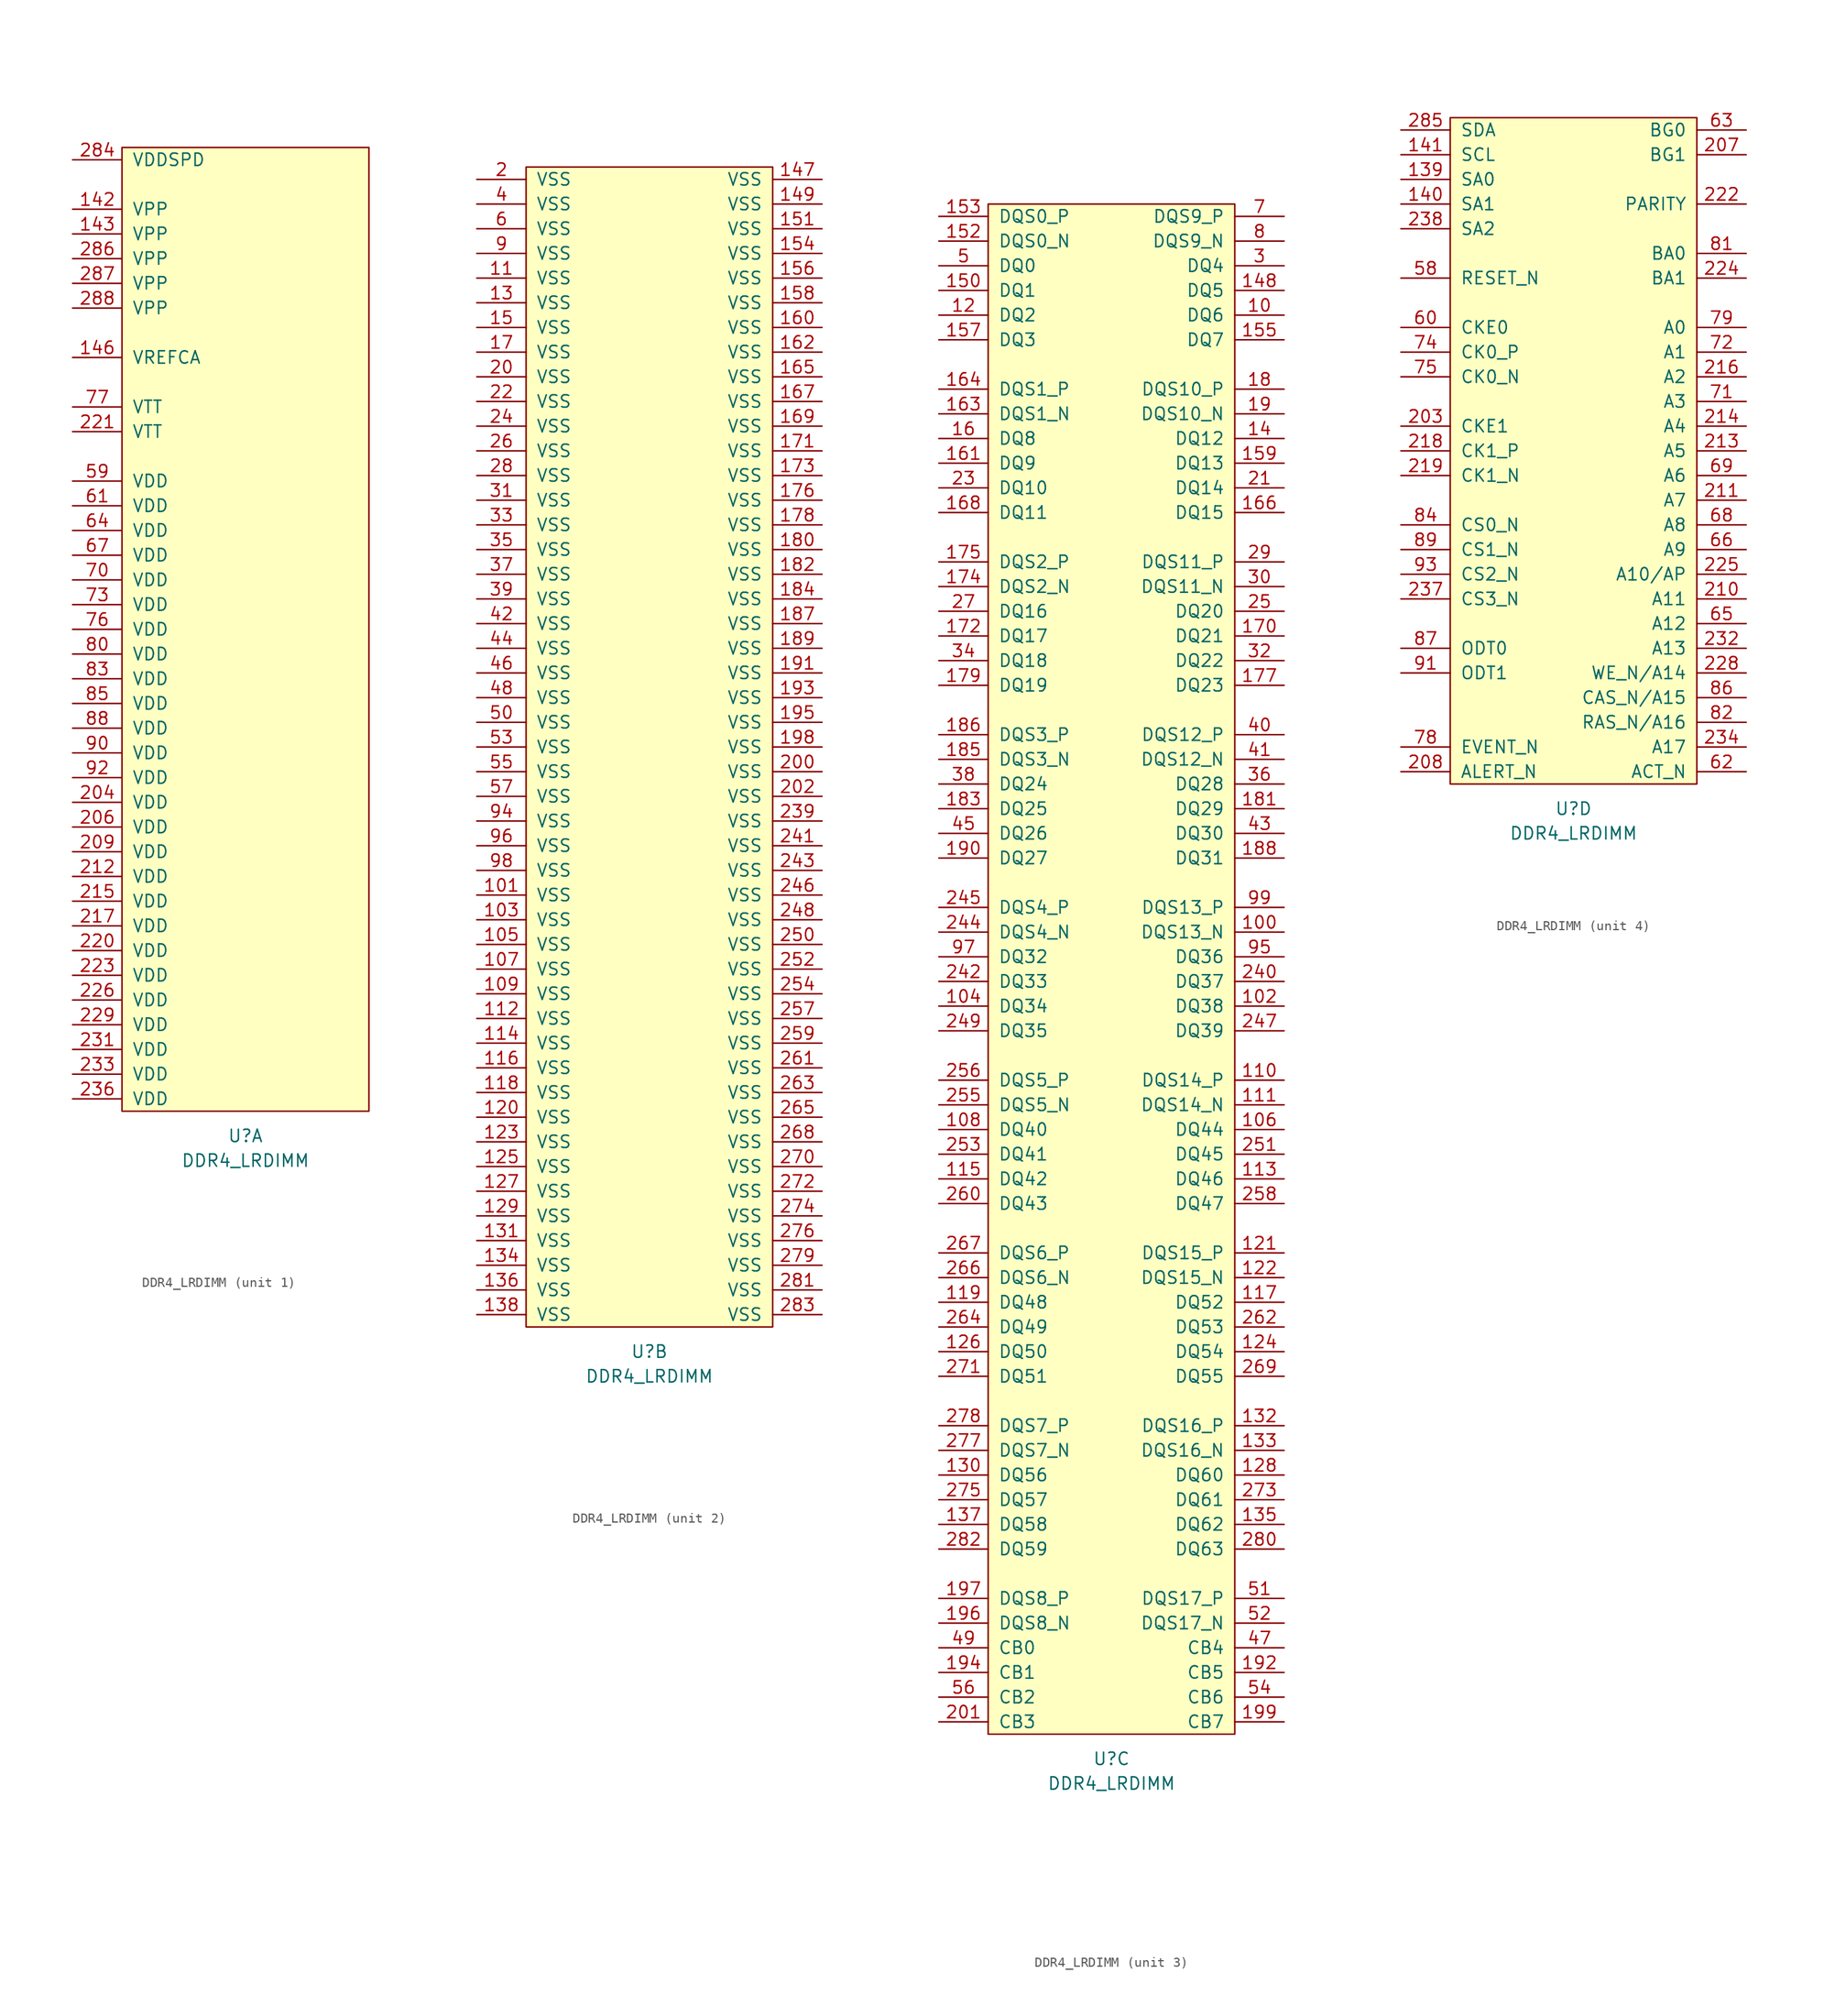
<source format=kicad_sym>
(kicad_symbol_lib
  (version 20211014)
  (generator kicad_symbol_editor)
  (symbol "DDR4_LRDIMM"
    (pin_names
      (offset 1.016))
    (property "Reference" "U"
      (at 12.7 -2.54 0)
      (effects (font (size 1.27 1.27))))
    (property "Value" "DDR4_LRDIMM"
      (at 12.7 -5.08 0)
      (effects (font (size 1.27 1.27))))
    (property "ki_locked" ""
      (at 0 0 0)
      (effects (font (size 1.27 1.27))))
    (symbol "DDR4_LRDIMM_1_1"
      (rectangle (start 0 99.06) (end 25.4 0) (stroke (width 0) (type default) (color 0 0 0 0)) (fill (type background)))
      (pin power_in line (at -5.08 92.71 0) (length 5.08) (name "VPP" (effects (font (size 1.27 1.27)))) (number "142" (effects (font (size 1.27 1.27)))))
      (pin power_in line (at -5.08 90.17 0) (length 5.08) (name "VPP" (effects (font (size 1.27 1.27)))) (number "143" (effects (font (size 1.27 1.27)))))
      (pin power_in line (at -5.08 77.47 0) (length 5.08) (name "VREFCA" (effects (font (size 1.27 1.27)))) (number "146" (effects (font (size 1.27 1.27)))))
      (pin power_in line (at -5.08 31.75 0) (length 5.08) (name "VDD" (effects (font (size 1.27 1.27)))) (number "204" (effects (font (size 1.27 1.27)))))
      (pin power_in line (at -5.08 29.21 0) (length 5.08) (name "VDD" (effects (font (size 1.27 1.27)))) (number "206" (effects (font (size 1.27 1.27)))))
      (pin power_in line (at -5.08 26.67 0) (length 5.08) (name "VDD" (effects (font (size 1.27 1.27)))) (number "209" (effects (font (size 1.27 1.27)))))
      (pin power_in line (at -5.08 24.13 0) (length 5.08) (name "VDD" (effects (font (size 1.27 1.27)))) (number "212" (effects (font (size 1.27 1.27)))))
      (pin power_in line (at -5.08 21.59 0) (length 5.08) (name "VDD" (effects (font (size 1.27 1.27)))) (number "215" (effects (font (size 1.27 1.27)))))
      (pin power_in line (at -5.08 19.05 0) (length 5.08) (name "VDD" (effects (font (size 1.27 1.27)))) (number "217" (effects (font (size 1.27 1.27)))))
      (pin power_in line (at -5.08 16.51 0) (length 5.08) (name "VDD" (effects (font (size 1.27 1.27)))) (number "220" (effects (font (size 1.27 1.27)))))
      (pin power_in line (at -5.08 69.85 0) (length 5.08) (name "VTT" (effects (font (size 1.27 1.27)))) (number "221" (effects (font (size 1.27 1.27)))))
      (pin power_in line (at -5.08 13.97 0) (length 5.08) (name "VDD" (effects (font (size 1.27 1.27)))) (number "223" (effects (font (size 1.27 1.27)))))
      (pin power_in line (at -5.08 11.43 0) (length 5.08) (name "VDD" (effects (font (size 1.27 1.27)))) (number "226" (effects (font (size 1.27 1.27)))))
      (pin power_in line (at -5.08 8.89 0) (length 5.08) (name "VDD" (effects (font (size 1.27 1.27)))) (number "229" (effects (font (size 1.27 1.27)))))
      (pin power_in line (at -5.08 6.35 0) (length 5.08) (name "VDD" (effects (font (size 1.27 1.27)))) (number "231" (effects (font (size 1.27 1.27)))))
      (pin power_in line (at -5.08 3.81 0) (length 5.08) (name "VDD" (effects (font (size 1.27 1.27)))) (number "233" (effects (font (size 1.27 1.27)))))
      (pin power_in line (at -5.08 1.27 0) (length 5.08) (name "VDD" (effects (font (size 1.27 1.27)))) (number "236" (effects (font (size 1.27 1.27)))))
      (pin power_in line (at -5.08 97.79 0) (length 5.08) (name "VDDSPD" (effects (font (size 1.27 1.27)))) (number "284" (effects (font (size 1.27 1.27)))))
      (pin power_in line (at -5.08 87.63 0) (length 5.08) (name "VPP" (effects (font (size 1.27 1.27)))) (number "286" (effects (font (size 1.27 1.27)))))
      (pin power_in line (at -5.08 85.09 0) (length 5.08) (name "VPP" (effects (font (size 1.27 1.27)))) (number "287" (effects (font (size 1.27 1.27)))))
      (pin power_in line (at -5.08 82.55 0) (length 5.08) (name "VPP" (effects (font (size 1.27 1.27)))) (number "288" (effects (font (size 1.27 1.27)))))
      (pin power_in line (at -5.08 64.77 0) (length 5.08) (name "VDD" (effects (font (size 1.27 1.27)))) (number "59" (effects (font (size 1.27 1.27)))))
      (pin power_in line (at -5.08 62.23 0) (length 5.08) (name "VDD" (effects (font (size 1.27 1.27)))) (number "61" (effects (font (size 1.27 1.27)))))
      (pin power_in line (at -5.08 59.69 0) (length 5.08) (name "VDD" (effects (font (size 1.27 1.27)))) (number "64" (effects (font (size 1.27 1.27)))))
      (pin power_in line (at -5.08 57.15 0) (length 5.08) (name "VDD" (effects (font (size 1.27 1.27)))) (number "67" (effects (font (size 1.27 1.27)))))
      (pin power_in line (at -5.08 54.61 0) (length 5.08) (name "VDD" (effects (font (size 1.27 1.27)))) (number "70" (effects (font (size 1.27 1.27)))))
      (pin power_in line (at -5.08 52.07 0) (length 5.08) (name "VDD" (effects (font (size 1.27 1.27)))) (number "73" (effects (font (size 1.27 1.27)))))
      (pin power_in line (at -5.08 49.53 0) (length 5.08) (name "VDD" (effects (font (size 1.27 1.27)))) (number "76" (effects (font (size 1.27 1.27)))))
      (pin power_in line (at -5.08 72.39 0) (length 5.08) (name "VTT" (effects (font (size 1.27 1.27)))) (number "77" (effects (font (size 1.27 1.27)))))
      (pin power_in line (at -5.08 46.99 0) (length 5.08) (name "VDD" (effects (font (size 1.27 1.27)))) (number "80" (effects (font (size 1.27 1.27)))))
      (pin power_in line (at -5.08 44.45 0) (length 5.08) (name "VDD" (effects (font (size 1.27 1.27)))) (number "83" (effects (font (size 1.27 1.27)))))
      (pin power_in line (at -5.08 41.91 0) (length 5.08) (name "VDD" (effects (font (size 1.27 1.27)))) (number "85" (effects (font (size 1.27 1.27)))))
      (pin power_in line (at -5.08 39.37 0) (length 5.08) (name "VDD" (effects (font (size 1.27 1.27)))) (number "88" (effects (font (size 1.27 1.27)))))
      (pin power_in line (at -5.08 36.83 0) (length 5.08) (name "VDD" (effects (font (size 1.27 1.27)))) (number "90" (effects (font (size 1.27 1.27)))))
      (pin power_in line (at -5.08 34.29 0) (length 5.08) (name "VDD" (effects (font (size 1.27 1.27)))) (number "92" (effects (font (size 1.27 1.27))))))
    (symbol "DDR4_LRDIMM_2_1"
      (rectangle (start 0 119.38) (end 25.4 0) (stroke (width 0) (type default) (color 0 0 0 0)) (fill (type background)))
      (pin power_in line (at -5.08 44.45 0) (length 5.08) (name "VSS" (effects (font (size 1.27 1.27)))) (number "101" (effects (font (size 1.27 1.27)))))
      (pin power_in line (at -5.08 41.91 0) (length 5.08) (name "VSS" (effects (font (size 1.27 1.27)))) (number "103" (effects (font (size 1.27 1.27)))))
      (pin power_in line (at -5.08 39.37 0) (length 5.08) (name "VSS" (effects (font (size 1.27 1.27)))) (number "105" (effects (font (size 1.27 1.27)))))
      (pin power_in line (at -5.08 36.83 0) (length 5.08) (name "VSS" (effects (font (size 1.27 1.27)))) (number "107" (effects (font (size 1.27 1.27)))))
      (pin power_in line (at -5.08 34.29 0) (length 5.08) (name "VSS" (effects (font (size 1.27 1.27)))) (number "109" (effects (font (size 1.27 1.27)))))
      (pin power_in line (at -5.08 107.95 0) (length 5.08) (name "VSS" (effects (font (size 1.27 1.27)))) (number "11" (effects (font (size 1.27 1.27)))))
      (pin power_in line (at -5.08 31.75 0) (length 5.08) (name "VSS" (effects (font (size 1.27 1.27)))) (number "112" (effects (font (size 1.27 1.27)))))
      (pin power_in line (at -5.08 29.21 0) (length 5.08) (name "VSS" (effects (font (size 1.27 1.27)))) (number "114" (effects (font (size 1.27 1.27)))))
      (pin power_in line (at -5.08 26.67 0) (length 5.08) (name "VSS" (effects (font (size 1.27 1.27)))) (number "116" (effects (font (size 1.27 1.27)))))
      (pin power_in line (at -5.08 24.13 0) (length 5.08) (name "VSS" (effects (font (size 1.27 1.27)))) (number "118" (effects (font (size 1.27 1.27)))))
      (pin power_in line (at -5.08 21.59 0) (length 5.08) (name "VSS" (effects (font (size 1.27 1.27)))) (number "120" (effects (font (size 1.27 1.27)))))
      (pin power_in line (at -5.08 19.05 0) (length 5.08) (name "VSS" (effects (font (size 1.27 1.27)))) (number "123" (effects (font (size 1.27 1.27)))))
      (pin power_in line (at -5.08 16.51 0) (length 5.08) (name "VSS" (effects (font (size 1.27 1.27)))) (number "125" (effects (font (size 1.27 1.27)))))
      (pin power_in line (at -5.08 13.97 0) (length 5.08) (name "VSS" (effects (font (size 1.27 1.27)))) (number "127" (effects (font (size 1.27 1.27)))))
      (pin power_in line (at -5.08 11.43 0) (length 5.08) (name "VSS" (effects (font (size 1.27 1.27)))) (number "129" (effects (font (size 1.27 1.27)))))
      (pin power_in line (at -5.08 105.41 0) (length 5.08) (name "VSS" (effects (font (size 1.27 1.27)))) (number "13" (effects (font (size 1.27 1.27)))))
      (pin power_in line (at -5.08 8.89 0) (length 5.08) (name "VSS" (effects (font (size 1.27 1.27)))) (number "131" (effects (font (size 1.27 1.27)))))
      (pin power_in line (at -5.08 6.35 0) (length 5.08) (name "VSS" (effects (font (size 1.27 1.27)))) (number "134" (effects (font (size 1.27 1.27)))))
      (pin power_in line (at -5.08 3.81 0) (length 5.08) (name "VSS" (effects (font (size 1.27 1.27)))) (number "136" (effects (font (size 1.27 1.27)))))
      (pin power_in line (at -5.08 1.27 0) (length 5.08) (name "VSS" (effects (font (size 1.27 1.27)))) (number "138" (effects (font (size 1.27 1.27)))))
      (pin power_in line (at 30.48 118.11 180) (length 5.08) (name "VSS" (effects (font (size 1.27 1.27)))) (number "147" (effects (font (size 1.27 1.27)))))
      (pin power_in line (at 30.48 115.57 180) (length 5.08) (name "VSS" (effects (font (size 1.27 1.27)))) (number "149" (effects (font (size 1.27 1.27)))))
      (pin power_in line (at -5.08 102.87 0) (length 5.08) (name "VSS" (effects (font (size 1.27 1.27)))) (number "15" (effects (font (size 1.27 1.27)))))
      (pin power_in line (at 30.48 113.03 180) (length 5.08) (name "VSS" (effects (font (size 1.27 1.27)))) (number "151" (effects (font (size 1.27 1.27)))))
      (pin power_in line (at 30.48 110.49 180) (length 5.08) (name "VSS" (effects (font (size 1.27 1.27)))) (number "154" (effects (font (size 1.27 1.27)))))
      (pin power_in line (at 30.48 107.95 180) (length 5.08) (name "VSS" (effects (font (size 1.27 1.27)))) (number "156" (effects (font (size 1.27 1.27)))))
      (pin power_in line (at 30.48 105.41 180) (length 5.08) (name "VSS" (effects (font (size 1.27 1.27)))) (number "158" (effects (font (size 1.27 1.27)))))
      (pin power_in line (at 30.48 102.87 180) (length 5.08) (name "VSS" (effects (font (size 1.27 1.27)))) (number "160" (effects (font (size 1.27 1.27)))))
      (pin power_in line (at 30.48 100.33 180) (length 5.08) (name "VSS" (effects (font (size 1.27 1.27)))) (number "162" (effects (font (size 1.27 1.27)))))
      (pin power_in line (at 30.48 97.79 180) (length 5.08) (name "VSS" (effects (font (size 1.27 1.27)))) (number "165" (effects (font (size 1.27 1.27)))))
      (pin power_in line (at 30.48 95.25 180) (length 5.08) (name "VSS" (effects (font (size 1.27 1.27)))) (number "167" (effects (font (size 1.27 1.27)))))
      (pin power_in line (at 30.48 92.71 180) (length 5.08) (name "VSS" (effects (font (size 1.27 1.27)))) (number "169" (effects (font (size 1.27 1.27)))))
      (pin power_in line (at -5.08 100.33 0) (length 5.08) (name "VSS" (effects (font (size 1.27 1.27)))) (number "17" (effects (font (size 1.27 1.27)))))
      (pin power_in line (at 30.48 90.17 180) (length 5.08) (name "VSS" (effects (font (size 1.27 1.27)))) (number "171" (effects (font (size 1.27 1.27)))))
      (pin power_in line (at 30.48 87.63 180) (length 5.08) (name "VSS" (effects (font (size 1.27 1.27)))) (number "173" (effects (font (size 1.27 1.27)))))
      (pin power_in line (at 30.48 85.09 180) (length 5.08) (name "VSS" (effects (font (size 1.27 1.27)))) (number "176" (effects (font (size 1.27 1.27)))))
      (pin power_in line (at 30.48 82.55 180) (length 5.08) (name "VSS" (effects (font (size 1.27 1.27)))) (number "178" (effects (font (size 1.27 1.27)))))
      (pin power_in line (at 30.48 80.01 180) (length 5.08) (name "VSS" (effects (font (size 1.27 1.27)))) (number "180" (effects (font (size 1.27 1.27)))))
      (pin power_in line (at 30.48 77.47 180) (length 5.08) (name "VSS" (effects (font (size 1.27 1.27)))) (number "182" (effects (font (size 1.27 1.27)))))
      (pin power_in line (at 30.48 74.93 180) (length 5.08) (name "VSS" (effects (font (size 1.27 1.27)))) (number "184" (effects (font (size 1.27 1.27)))))
      (pin power_in line (at 30.48 72.39 180) (length 5.08) (name "VSS" (effects (font (size 1.27 1.27)))) (number "187" (effects (font (size 1.27 1.27)))))
      (pin power_in line (at 30.48 69.85 180) (length 5.08) (name "VSS" (effects (font (size 1.27 1.27)))) (number "189" (effects (font (size 1.27 1.27)))))
      (pin power_in line (at 30.48 67.31 180) (length 5.08) (name "VSS" (effects (font (size 1.27 1.27)))) (number "191" (effects (font (size 1.27 1.27)))))
      (pin power_in line (at 30.48 64.77 180) (length 5.08) (name "VSS" (effects (font (size 1.27 1.27)))) (number "193" (effects (font (size 1.27 1.27)))))
      (pin power_in line (at 30.48 62.23 180) (length 5.08) (name "VSS" (effects (font (size 1.27 1.27)))) (number "195" (effects (font (size 1.27 1.27)))))
      (pin power_in line (at 30.48 59.69 180) (length 5.08) (name "VSS" (effects (font (size 1.27 1.27)))) (number "198" (effects (font (size 1.27 1.27)))))
      (pin power_in line (at -5.08 118.11 0) (length 5.08) (name "VSS" (effects (font (size 1.27 1.27)))) (number "2" (effects (font (size 1.27 1.27)))))
      (pin power_in line (at -5.08 97.79 0) (length 5.08) (name "VSS" (effects (font (size 1.27 1.27)))) (number "20" (effects (font (size 1.27 1.27)))))
      (pin power_in line (at 30.48 57.15 180) (length 5.08) (name "VSS" (effects (font (size 1.27 1.27)))) (number "200" (effects (font (size 1.27 1.27)))))
      (pin power_in line (at 30.48 54.61 180) (length 5.08) (name "VSS" (effects (font (size 1.27 1.27)))) (number "202" (effects (font (size 1.27 1.27)))))
      (pin power_in line (at -5.08 95.25 0) (length 5.08) (name "VSS" (effects (font (size 1.27 1.27)))) (number "22" (effects (font (size 1.27 1.27)))))
      (pin power_in line (at 30.48 52.07 180) (length 5.08) (name "VSS" (effects (font (size 1.27 1.27)))) (number "239" (effects (font (size 1.27 1.27)))))
      (pin power_in line (at -5.08 92.71 0) (length 5.08) (name "VSS" (effects (font (size 1.27 1.27)))) (number "24" (effects (font (size 1.27 1.27)))))
      (pin power_in line (at 30.48 49.53 180) (length 5.08) (name "VSS" (effects (font (size 1.27 1.27)))) (number "241" (effects (font (size 1.27 1.27)))))
      (pin power_in line (at 30.48 46.99 180) (length 5.08) (name "VSS" (effects (font (size 1.27 1.27)))) (number "243" (effects (font (size 1.27 1.27)))))
      (pin power_in line (at 30.48 44.45 180) (length 5.08) (name "VSS" (effects (font (size 1.27 1.27)))) (number "246" (effects (font (size 1.27 1.27)))))
      (pin power_in line (at 30.48 41.91 180) (length 5.08) (name "VSS" (effects (font (size 1.27 1.27)))) (number "248" (effects (font (size 1.27 1.27)))))
      (pin power_in line (at 30.48 39.37 180) (length 5.08) (name "VSS" (effects (font (size 1.27 1.27)))) (number "250" (effects (font (size 1.27 1.27)))))
      (pin power_in line (at 30.48 36.83 180) (length 5.08) (name "VSS" (effects (font (size 1.27 1.27)))) (number "252" (effects (font (size 1.27 1.27)))))
      (pin power_in line (at 30.48 34.29 180) (length 5.08) (name "VSS" (effects (font (size 1.27 1.27)))) (number "254" (effects (font (size 1.27 1.27)))))
      (pin power_in line (at 30.48 31.75 180) (length 5.08) (name "VSS" (effects (font (size 1.27 1.27)))) (number "257" (effects (font (size 1.27 1.27)))))
      (pin power_in line (at 30.48 29.21 180) (length 5.08) (name "VSS" (effects (font (size 1.27 1.27)))) (number "259" (effects (font (size 1.27 1.27)))))
      (pin power_in line (at -5.08 90.17 0) (length 5.08) (name "VSS" (effects (font (size 1.27 1.27)))) (number "26" (effects (font (size 1.27 1.27)))))
      (pin power_in line (at 30.48 26.67 180) (length 5.08) (name "VSS" (effects (font (size 1.27 1.27)))) (number "261" (effects (font (size 1.27 1.27)))))
      (pin power_in line (at 30.48 24.13 180) (length 5.08) (name "VSS" (effects (font (size 1.27 1.27)))) (number "263" (effects (font (size 1.27 1.27)))))
      (pin power_in line (at 30.48 21.59 180) (length 5.08) (name "VSS" (effects (font (size 1.27 1.27)))) (number "265" (effects (font (size 1.27 1.27)))))
      (pin power_in line (at 30.48 19.05 180) (length 5.08) (name "VSS" (effects (font (size 1.27 1.27)))) (number "268" (effects (font (size 1.27 1.27)))))
      (pin power_in line (at 30.48 16.51 180) (length 5.08) (name "VSS" (effects (font (size 1.27 1.27)))) (number "270" (effects (font (size 1.27 1.27)))))
      (pin power_in line (at 30.48 13.97 180) (length 5.08) (name "VSS" (effects (font (size 1.27 1.27)))) (number "272" (effects (font (size 1.27 1.27)))))
      (pin power_in line (at 30.48 11.43 180) (length 5.08) (name "VSS" (effects (font (size 1.27 1.27)))) (number "274" (effects (font (size 1.27 1.27)))))
      (pin power_in line (at 30.48 8.89 180) (length 5.08) (name "VSS" (effects (font (size 1.27 1.27)))) (number "276" (effects (font (size 1.27 1.27)))))
      (pin power_in line (at 30.48 6.35 180) (length 5.08) (name "VSS" (effects (font (size 1.27 1.27)))) (number "279" (effects (font (size 1.27 1.27)))))
      (pin power_in line (at -5.08 87.63 0) (length 5.08) (name "VSS" (effects (font (size 1.27 1.27)))) (number "28" (effects (font (size 1.27 1.27)))))
      (pin power_in line (at 30.48 3.81 180) (length 5.08) (name "VSS" (effects (font (size 1.27 1.27)))) (number "281" (effects (font (size 1.27 1.27)))))
      (pin power_in line (at 30.48 1.27 180) (length 5.08) (name "VSS" (effects (font (size 1.27 1.27)))) (number "283" (effects (font (size 1.27 1.27)))))
      (pin power_in line (at -5.08 85.09 0) (length 5.08) (name "VSS" (effects (font (size 1.27 1.27)))) (number "31" (effects (font (size 1.27 1.27)))))
      (pin power_in line (at -5.08 82.55 0) (length 5.08) (name "VSS" (effects (font (size 1.27 1.27)))) (number "33" (effects (font (size 1.27 1.27)))))
      (pin power_in line (at -5.08 80.01 0) (length 5.08) (name "VSS" (effects (font (size 1.27 1.27)))) (number "35" (effects (font (size 1.27 1.27)))))
      (pin power_in line (at -5.08 77.47 0) (length 5.08) (name "VSS" (effects (font (size 1.27 1.27)))) (number "37" (effects (font (size 1.27 1.27)))))
      (pin power_in line (at -5.08 74.93 0) (length 5.08) (name "VSS" (effects (font (size 1.27 1.27)))) (number "39" (effects (font (size 1.27 1.27)))))
      (pin power_in line (at -5.08 115.57 0) (length 5.08) (name "VSS" (effects (font (size 1.27 1.27)))) (number "4" (effects (font (size 1.27 1.27)))))
      (pin power_in line (at -5.08 72.39 0) (length 5.08) (name "VSS" (effects (font (size 1.27 1.27)))) (number "42" (effects (font (size 1.27 1.27)))))
      (pin power_in line (at -5.08 69.85 0) (length 5.08) (name "VSS" (effects (font (size 1.27 1.27)))) (number "44" (effects (font (size 1.27 1.27)))))
      (pin power_in line (at -5.08 67.31 0) (length 5.08) (name "VSS" (effects (font (size 1.27 1.27)))) (number "46" (effects (font (size 1.27 1.27)))))
      (pin power_in line (at -5.08 64.77 0) (length 5.08) (name "VSS" (effects (font (size 1.27 1.27)))) (number "48" (effects (font (size 1.27 1.27)))))
      (pin power_in line (at -5.08 62.23 0) (length 5.08) (name "VSS" (effects (font (size 1.27 1.27)))) (number "50" (effects (font (size 1.27 1.27)))))
      (pin power_in line (at -5.08 59.69 0) (length 5.08) (name "VSS" (effects (font (size 1.27 1.27)))) (number "53" (effects (font (size 1.27 1.27)))))
      (pin power_in line (at -5.08 57.15 0) (length 5.08) (name "VSS" (effects (font (size 1.27 1.27)))) (number "55" (effects (font (size 1.27 1.27)))))
      (pin power_in line (at -5.08 54.61 0) (length 5.08) (name "VSS" (effects (font (size 1.27 1.27)))) (number "57" (effects (font (size 1.27 1.27)))))
      (pin power_in line (at -5.08 113.03 0) (length 5.08) (name "VSS" (effects (font (size 1.27 1.27)))) (number "6" (effects (font (size 1.27 1.27)))))
      (pin power_in line (at -5.08 110.49 0) (length 5.08) (name "VSS" (effects (font (size 1.27 1.27)))) (number "9" (effects (font (size 1.27 1.27)))))
      (pin power_in line (at -5.08 52.07 0) (length 5.08) (name "VSS" (effects (font (size 1.27 1.27)))) (number "94" (effects (font (size 1.27 1.27)))))
      (pin power_in line (at -5.08 49.53 0) (length 5.08) (name "VSS" (effects (font (size 1.27 1.27)))) (number "96" (effects (font (size 1.27 1.27)))))
      (pin power_in line (at -5.08 46.99 0) (length 5.08) (name "VSS" (effects (font (size 1.27 1.27)))) (number "98" (effects (font (size 1.27 1.27))))))
    (symbol "DDR4_LRDIMM_3_1"
      (rectangle (start 0 157.48) (end 25.4 0) (stroke (width 0) (type default) (color 0 0 0 0)) (fill (type background)))
      (pin bidirectional line (at 30.48 146.05 180) (length 5.08) (name "DQ6" (effects (font (size 1.27 1.27)))) (number "10" (effects (font (size 1.27 1.27)))))
      (pin bidirectional line (at 30.48 82.55 180) (length 5.08) (name "DQS13_N" (effects (font (size 1.27 1.27)))) (number "100" (effects (font (size 1.27 1.27)))))
      (pin bidirectional line (at 30.48 74.93 180) (length 5.08) (name "DQ38" (effects (font (size 1.27 1.27)))) (number "102" (effects (font (size 1.27 1.27)))))
      (pin bidirectional line (at -5.08 74.93 0) (length 5.08) (name "DQ34" (effects (font (size 1.27 1.27)))) (number "104" (effects (font (size 1.27 1.27)))))
      (pin bidirectional line (at 30.48 62.23 180) (length 5.08) (name "DQ44" (effects (font (size 1.27 1.27)))) (number "106" (effects (font (size 1.27 1.27)))))
      (pin bidirectional line (at -5.08 62.23 0) (length 5.08) (name "DQ40" (effects (font (size 1.27 1.27)))) (number "108" (effects (font (size 1.27 1.27)))))
      (pin bidirectional line (at 30.48 67.31 180) (length 5.08) (name "DQS14_P" (effects (font (size 1.27 1.27)))) (number "110" (effects (font (size 1.27 1.27)))))
      (pin bidirectional line (at 30.48 64.77 180) (length 5.08) (name "DQS14_N" (effects (font (size 1.27 1.27)))) (number "111" (effects (font (size 1.27 1.27)))))
      (pin bidirectional line (at 30.48 57.15 180) (length 5.08) (name "DQ46" (effects (font (size 1.27 1.27)))) (number "113" (effects (font (size 1.27 1.27)))))
      (pin bidirectional line (at -5.08 57.15 0) (length 5.08) (name "DQ42" (effects (font (size 1.27 1.27)))) (number "115" (effects (font (size 1.27 1.27)))))
      (pin bidirectional line (at 30.48 44.45 180) (length 5.08) (name "DQ52" (effects (font (size 1.27 1.27)))) (number "117" (effects (font (size 1.27 1.27)))))
      (pin bidirectional line (at -5.08 44.45 0) (length 5.08) (name "DQ48" (effects (font (size 1.27 1.27)))) (number "119" (effects (font (size 1.27 1.27)))))
      (pin bidirectional line (at -5.08 146.05 0) (length 5.08) (name "DQ2" (effects (font (size 1.27 1.27)))) (number "12" (effects (font (size 1.27 1.27)))))
      (pin bidirectional line (at 30.48 49.53 180) (length 5.08) (name "DQS15_P" (effects (font (size 1.27 1.27)))) (number "121" (effects (font (size 1.27 1.27)))))
      (pin bidirectional line (at 30.48 46.99 180) (length 5.08) (name "DQS15_N" (effects (font (size 1.27 1.27)))) (number "122" (effects (font (size 1.27 1.27)))))
      (pin bidirectional line (at 30.48 39.37 180) (length 5.08) (name "DQ54" (effects (font (size 1.27 1.27)))) (number "124" (effects (font (size 1.27 1.27)))))
      (pin bidirectional line (at -5.08 39.37 0) (length 5.08) (name "DQ50" (effects (font (size 1.27 1.27)))) (number "126" (effects (font (size 1.27 1.27)))))
      (pin bidirectional line (at 30.48 26.67 180) (length 5.08) (name "DQ60" (effects (font (size 1.27 1.27)))) (number "128" (effects (font (size 1.27 1.27)))))
      (pin bidirectional line (at -5.08 26.67 0) (length 5.08) (name "DQ56" (effects (font (size 1.27 1.27)))) (number "130" (effects (font (size 1.27 1.27)))))
      (pin bidirectional line (at 30.48 31.75 180) (length 5.08) (name "DQS16_P" (effects (font (size 1.27 1.27)))) (number "132" (effects (font (size 1.27 1.27)))))
      (pin bidirectional line (at 30.48 29.21 180) (length 5.08) (name "DQS16_N" (effects (font (size 1.27 1.27)))) (number "133" (effects (font (size 1.27 1.27)))))
      (pin bidirectional line (at 30.48 21.59 180) (length 5.08) (name "DQ62" (effects (font (size 1.27 1.27)))) (number "135" (effects (font (size 1.27 1.27)))))
      (pin bidirectional line (at -5.08 21.59 0) (length 5.08) (name "DQ58" (effects (font (size 1.27 1.27)))) (number "137" (effects (font (size 1.27 1.27)))))
      (pin bidirectional line (at 30.48 133.35 180) (length 5.08) (name "DQ12" (effects (font (size 1.27 1.27)))) (number "14" (effects (font (size 1.27 1.27)))))
      (pin bidirectional line (at 30.48 148.59 180) (length 5.08) (name "DQ5" (effects (font (size 1.27 1.27)))) (number "148" (effects (font (size 1.27 1.27)))))
      (pin bidirectional line (at -5.08 148.59 0) (length 5.08) (name "DQ1" (effects (font (size 1.27 1.27)))) (number "150" (effects (font (size 1.27 1.27)))))
      (pin bidirectional line (at -5.08 153.67 0) (length 5.08) (name "DQS0_N" (effects (font (size 1.27 1.27)))) (number "152" (effects (font (size 1.27 1.27)))))
      (pin bidirectional line (at -5.08 156.21 0) (length 5.08) (name "DQS0_P" (effects (font (size 1.27 1.27)))) (number "153" (effects (font (size 1.27 1.27)))))
      (pin bidirectional line (at 30.48 143.51 180) (length 5.08) (name "DQ7" (effects (font (size 1.27 1.27)))) (number "155" (effects (font (size 1.27 1.27)))))
      (pin bidirectional line (at -5.08 143.51 0) (length 5.08) (name "DQ3" (effects (font (size 1.27 1.27)))) (number "157" (effects (font (size 1.27 1.27)))))
      (pin bidirectional line (at 30.48 130.81 180) (length 5.08) (name "DQ13" (effects (font (size 1.27 1.27)))) (number "159" (effects (font (size 1.27 1.27)))))
      (pin bidirectional line (at -5.08 133.35 0) (length 5.08) (name "DQ8" (effects (font (size 1.27 1.27)))) (number "16" (effects (font (size 1.27 1.27)))))
      (pin bidirectional line (at -5.08 130.81 0) (length 5.08) (name "DQ9" (effects (font (size 1.27 1.27)))) (number "161" (effects (font (size 1.27 1.27)))))
      (pin bidirectional line (at -5.08 135.89 0) (length 5.08) (name "DQS1_N" (effects (font (size 1.27 1.27)))) (number "163" (effects (font (size 1.27 1.27)))))
      (pin bidirectional line (at -5.08 138.43 0) (length 5.08) (name "DQS1_P" (effects (font (size 1.27 1.27)))) (number "164" (effects (font (size 1.27 1.27)))))
      (pin bidirectional line (at 30.48 125.73 180) (length 5.08) (name "DQ15" (effects (font (size 1.27 1.27)))) (number "166" (effects (font (size 1.27 1.27)))))
      (pin bidirectional line (at -5.08 125.73 0) (length 5.08) (name "DQ11" (effects (font (size 1.27 1.27)))) (number "168" (effects (font (size 1.27 1.27)))))
      (pin bidirectional line (at 30.48 113.03 180) (length 5.08) (name "DQ21" (effects (font (size 1.27 1.27)))) (number "170" (effects (font (size 1.27 1.27)))))
      (pin bidirectional line (at -5.08 113.03 0) (length 5.08) (name "DQ17" (effects (font (size 1.27 1.27)))) (number "172" (effects (font (size 1.27 1.27)))))
      (pin bidirectional line (at -5.08 118.11 0) (length 5.08) (name "DQS2_N" (effects (font (size 1.27 1.27)))) (number "174" (effects (font (size 1.27 1.27)))))
      (pin bidirectional line (at -5.08 120.65 0) (length 5.08) (name "DQS2_P" (effects (font (size 1.27 1.27)))) (number "175" (effects (font (size 1.27 1.27)))))
      (pin bidirectional line (at 30.48 107.95 180) (length 5.08) (name "DQ23" (effects (font (size 1.27 1.27)))) (number "177" (effects (font (size 1.27 1.27)))))
      (pin bidirectional line (at -5.08 107.95 0) (length 5.08) (name "DQ19" (effects (font (size 1.27 1.27)))) (number "179" (effects (font (size 1.27 1.27)))))
      (pin bidirectional line (at 30.48 138.43 180) (length 5.08) (name "DQS10_P" (effects (font (size 1.27 1.27)))) (number "18" (effects (font (size 1.27 1.27)))))
      (pin bidirectional line (at 30.48 95.25 180) (length 5.08) (name "DQ29" (effects (font (size 1.27 1.27)))) (number "181" (effects (font (size 1.27 1.27)))))
      (pin bidirectional line (at -5.08 95.25 0) (length 5.08) (name "DQ25" (effects (font (size 1.27 1.27)))) (number "183" (effects (font (size 1.27 1.27)))))
      (pin bidirectional line (at -5.08 100.33 0) (length 5.08) (name "DQS3_N" (effects (font (size 1.27 1.27)))) (number "185" (effects (font (size 1.27 1.27)))))
      (pin bidirectional line (at -5.08 102.87 0) (length 5.08) (name "DQS3_P" (effects (font (size 1.27 1.27)))) (number "186" (effects (font (size 1.27 1.27)))))
      (pin bidirectional line (at 30.48 90.17 180) (length 5.08) (name "DQ31" (effects (font (size 1.27 1.27)))) (number "188" (effects (font (size 1.27 1.27)))))
      (pin bidirectional line (at 30.48 135.89 180) (length 5.08) (name "DQS10_N" (effects (font (size 1.27 1.27)))) (number "19" (effects (font (size 1.27 1.27)))))
      (pin bidirectional line (at -5.08 90.17 0) (length 5.08) (name "DQ27" (effects (font (size 1.27 1.27)))) (number "190" (effects (font (size 1.27 1.27)))))
      (pin bidirectional line (at 30.48 6.35 180) (length 5.08) (name "CB5" (effects (font (size 1.27 1.27)))) (number "192" (effects (font (size 1.27 1.27)))))
      (pin bidirectional line (at -5.08 6.35 0) (length 5.08) (name "CB1" (effects (font (size 1.27 1.27)))) (number "194" (effects (font (size 1.27 1.27)))))
      (pin bidirectional line (at -5.08 11.43 0) (length 5.08) (name "DQS8_N" (effects (font (size 1.27 1.27)))) (number "196" (effects (font (size 1.27 1.27)))))
      (pin bidirectional line (at -5.08 13.97 0) (length 5.08) (name "DQS8_P" (effects (font (size 1.27 1.27)))) (number "197" (effects (font (size 1.27 1.27)))))
      (pin bidirectional line (at 30.48 1.27 180) (length 5.08) (name "CB7" (effects (font (size 1.27 1.27)))) (number "199" (effects (font (size 1.27 1.27)))))
      (pin bidirectional line (at -5.08 1.27 0) (length 5.08) (name "CB3" (effects (font (size 1.27 1.27)))) (number "201" (effects (font (size 1.27 1.27)))))
      (pin bidirectional line (at 30.48 128.27 180) (length 5.08) (name "DQ14" (effects (font (size 1.27 1.27)))) (number "21" (effects (font (size 1.27 1.27)))))
      (pin bidirectional line (at -5.08 128.27 0) (length 5.08) (name "DQ10" (effects (font (size 1.27 1.27)))) (number "23" (effects (font (size 1.27 1.27)))))
      (pin bidirectional line (at 30.48 77.47 180) (length 5.08) (name "DQ37" (effects (font (size 1.27 1.27)))) (number "240" (effects (font (size 1.27 1.27)))))
      (pin bidirectional line (at -5.08 77.47 0) (length 5.08) (name "DQ33" (effects (font (size 1.27 1.27)))) (number "242" (effects (font (size 1.27 1.27)))))
      (pin bidirectional line (at -5.08 82.55 0) (length 5.08) (name "DQS4_N" (effects (font (size 1.27 1.27)))) (number "244" (effects (font (size 1.27 1.27)))))
      (pin bidirectional line (at -5.08 85.09 0) (length 5.08) (name "DQS4_P" (effects (font (size 1.27 1.27)))) (number "245" (effects (font (size 1.27 1.27)))))
      (pin bidirectional line (at 30.48 72.39 180) (length 5.08) (name "DQ39" (effects (font (size 1.27 1.27)))) (number "247" (effects (font (size 1.27 1.27)))))
      (pin bidirectional line (at -5.08 72.39 0) (length 5.08) (name "DQ35" (effects (font (size 1.27 1.27)))) (number "249" (effects (font (size 1.27 1.27)))))
      (pin bidirectional line (at 30.48 115.57 180) (length 5.08) (name "DQ20" (effects (font (size 1.27 1.27)))) (number "25" (effects (font (size 1.27 1.27)))))
      (pin bidirectional line (at 30.48 59.69 180) (length 5.08) (name "DQ45" (effects (font (size 1.27 1.27)))) (number "251" (effects (font (size 1.27 1.27)))))
      (pin bidirectional line (at -5.08 59.69 0) (length 5.08) (name "DQ41" (effects (font (size 1.27 1.27)))) (number "253" (effects (font (size 1.27 1.27)))))
      (pin bidirectional line (at -5.08 64.77 0) (length 5.08) (name "DQS5_N" (effects (font (size 1.27 1.27)))) (number "255" (effects (font (size 1.27 1.27)))))
      (pin bidirectional line (at -5.08 67.31 0) (length 5.08) (name "DQS5_P" (effects (font (size 1.27 1.27)))) (number "256" (effects (font (size 1.27 1.27)))))
      (pin bidirectional line (at 30.48 54.61 180) (length 5.08) (name "DQ47" (effects (font (size 1.27 1.27)))) (number "258" (effects (font (size 1.27 1.27)))))
      (pin bidirectional line (at -5.08 54.61 0) (length 5.08) (name "DQ43" (effects (font (size 1.27 1.27)))) (number "260" (effects (font (size 1.27 1.27)))))
      (pin bidirectional line (at 30.48 41.91 180) (length 5.08) (name "DQ53" (effects (font (size 1.27 1.27)))) (number "262" (effects (font (size 1.27 1.27)))))
      (pin bidirectional line (at -5.08 41.91 0) (length 5.08) (name "DQ49" (effects (font (size 1.27 1.27)))) (number "264" (effects (font (size 1.27 1.27)))))
      (pin bidirectional line (at -5.08 46.99 0) (length 5.08) (name "DQS6_N" (effects (font (size 1.27 1.27)))) (number "266" (effects (font (size 1.27 1.27)))))
      (pin bidirectional line (at -5.08 49.53 0) (length 5.08) (name "DQS6_P" (effects (font (size 1.27 1.27)))) (number "267" (effects (font (size 1.27 1.27)))))
      (pin bidirectional line (at 30.48 36.83 180) (length 5.08) (name "DQ55" (effects (font (size 1.27 1.27)))) (number "269" (effects (font (size 1.27 1.27)))))
      (pin bidirectional line (at -5.08 115.57 0) (length 5.08) (name "DQ16" (effects (font (size 1.27 1.27)))) (number "27" (effects (font (size 1.27 1.27)))))
      (pin bidirectional line (at -5.08 36.83 0) (length 5.08) (name "DQ51" (effects (font (size 1.27 1.27)))) (number "271" (effects (font (size 1.27 1.27)))))
      (pin bidirectional line (at 30.48 24.13 180) (length 5.08) (name "DQ61" (effects (font (size 1.27 1.27)))) (number "273" (effects (font (size 1.27 1.27)))))
      (pin bidirectional line (at -5.08 24.13 0) (length 5.08) (name "DQ57" (effects (font (size 1.27 1.27)))) (number "275" (effects (font (size 1.27 1.27)))))
      (pin bidirectional line (at -5.08 29.21 0) (length 5.08) (name "DQS7_N" (effects (font (size 1.27 1.27)))) (number "277" (effects (font (size 1.27 1.27)))))
      (pin bidirectional line (at -5.08 31.75 0) (length 5.08) (name "DQS7_P" (effects (font (size 1.27 1.27)))) (number "278" (effects (font (size 1.27 1.27)))))
      (pin bidirectional line (at 30.48 19.05 180) (length 5.08) (name "DQ63" (effects (font (size 1.27 1.27)))) (number "280" (effects (font (size 1.27 1.27)))))
      (pin bidirectional line (at -5.08 19.05 0) (length 5.08) (name "DQ59" (effects (font (size 1.27 1.27)))) (number "282" (effects (font (size 1.27 1.27)))))
      (pin bidirectional line (at 30.48 120.65 180) (length 5.08) (name "DQS11_P" (effects (font (size 1.27 1.27)))) (number "29" (effects (font (size 1.27 1.27)))))
      (pin bidirectional line (at 30.48 151.13 180) (length 5.08) (name "DQ4" (effects (font (size 1.27 1.27)))) (number "3" (effects (font (size 1.27 1.27)))))
      (pin bidirectional line (at 30.48 118.11 180) (length 5.08) (name "DQS11_N" (effects (font (size 1.27 1.27)))) (number "30" (effects (font (size 1.27 1.27)))))
      (pin bidirectional line (at 30.48 110.49 180) (length 5.08) (name "DQ22" (effects (font (size 1.27 1.27)))) (number "32" (effects (font (size 1.27 1.27)))))
      (pin bidirectional line (at -5.08 110.49 0) (length 5.08) (name "DQ18" (effects (font (size 1.27 1.27)))) (number "34" (effects (font (size 1.27 1.27)))))
      (pin bidirectional line (at 30.48 97.79 180) (length 5.08) (name "DQ28" (effects (font (size 1.27 1.27)))) (number "36" (effects (font (size 1.27 1.27)))))
      (pin bidirectional line (at -5.08 97.79 0) (length 5.08) (name "DQ24" (effects (font (size 1.27 1.27)))) (number "38" (effects (font (size 1.27 1.27)))))
      (pin bidirectional line (at 30.48 102.87 180) (length 5.08) (name "DQS12_P" (effects (font (size 1.27 1.27)))) (number "40" (effects (font (size 1.27 1.27)))))
      (pin bidirectional line (at 30.48 100.33 180) (length 5.08) (name "DQS12_N" (effects (font (size 1.27 1.27)))) (number "41" (effects (font (size 1.27 1.27)))))
      (pin bidirectional line (at 30.48 92.71 180) (length 5.08) (name "DQ30" (effects (font (size 1.27 1.27)))) (number "43" (effects (font (size 1.27 1.27)))))
      (pin bidirectional line (at -5.08 92.71 0) (length 5.08) (name "DQ26" (effects (font (size 1.27 1.27)))) (number "45" (effects (font (size 1.27 1.27)))))
      (pin bidirectional line (at 30.48 8.89 180) (length 5.08) (name "CB4" (effects (font (size 1.27 1.27)))) (number "47" (effects (font (size 1.27 1.27)))))
      (pin bidirectional line (at -5.08 8.89 0) (length 5.08) (name "CB0" (effects (font (size 1.27 1.27)))) (number "49" (effects (font (size 1.27 1.27)))))
      (pin bidirectional line (at -5.08 151.13 0) (length 5.08) (name "DQ0" (effects (font (size 1.27 1.27)))) (number "5" (effects (font (size 1.27 1.27)))))
      (pin bidirectional line (at 30.48 13.97 180) (length 5.08) (name "DQS17_P" (effects (font (size 1.27 1.27)))) (number "51" (effects (font (size 1.27 1.27)))))
      (pin bidirectional line (at 30.48 11.43 180) (length 5.08) (name "DQS17_N" (effects (font (size 1.27 1.27)))) (number "52" (effects (font (size 1.27 1.27)))))
      (pin bidirectional line (at 30.48 3.81 180) (length 5.08) (name "CB6" (effects (font (size 1.27 1.27)))) (number "54" (effects (font (size 1.27 1.27)))))
      (pin bidirectional line (at -5.08 3.81 0) (length 5.08) (name "CB2" (effects (font (size 1.27 1.27)))) (number "56" (effects (font (size 1.27 1.27)))))
      (pin bidirectional line (at 30.48 156.21 180) (length 5.08) (name "DQS9_P" (effects (font (size 1.27 1.27)))) (number "7" (effects (font (size 1.27 1.27)))))
      (pin bidirectional line (at 30.48 153.67 180) (length 5.08) (name "DQS9_N" (effects (font (size 1.27 1.27)))) (number "8" (effects (font (size 1.27 1.27)))))
      (pin bidirectional line (at 30.48 80.01 180) (length 5.08) (name "DQ36" (effects (font (size 1.27 1.27)))) (number "95" (effects (font (size 1.27 1.27)))))
      (pin bidirectional line (at -5.08 80.01 0) (length 5.08) (name "DQ32" (effects (font (size 1.27 1.27)))) (number "97" (effects (font (size 1.27 1.27)))))
      (pin bidirectional line (at 30.48 85.09 180) (length 5.08) (name "DQS13_P" (effects (font (size 1.27 1.27)))) (number "99" (effects (font (size 1.27 1.27))))))
    (symbol "DDR4_LRDIMM_4_1"
      (rectangle (start 0 68.58) (end 25.4 0) (stroke (width 0) (type default) (color 0 0 0 0)) (fill (type background)))
      (pin input line (at -5.08 62.23 0) (length 5.08) (name "SA0" (effects (font (size 1.27 1.27)))) (number "139" (effects (font (size 1.27 1.27)))))
      (pin input line (at -5.08 59.69 0) (length 5.08) (name "SA1" (effects (font (size 1.27 1.27)))) (number "140" (effects (font (size 1.27 1.27)))))
      (pin input line (at -5.08 64.77 0) (length 5.08) (name "SCL" (effects (font (size 1.27 1.27)))) (number "141" (effects (font (size 1.27 1.27)))))
      (pin input line (at -5.08 36.83 0) (length 5.08) (name "CKE1" (effects (font (size 1.27 1.27)))) (number "203" (effects (font (size 1.27 1.27)))))
      (pin input line (at 30.48 64.77 180) (length 5.08) (name "BG1" (effects (font (size 1.27 1.27)))) (number "207" (effects (font (size 1.27 1.27)))))
      (pin output line (at -5.08 1.27 0) (length 5.08) (name "ALERT_N" (effects (font (size 1.27 1.27)))) (number "208" (effects (font (size 1.27 1.27)))))
      (pin input line (at 30.48 19.05 180) (length 5.08) (name "A11" (effects (font (size 1.27 1.27)))) (number "210" (effects (font (size 1.27 1.27)))))
      (pin input line (at 30.48 29.21 180) (length 5.08) (name "A7" (effects (font (size 1.27 1.27)))) (number "211" (effects (font (size 1.27 1.27)))))
      (pin input line (at 30.48 34.29 180) (length 5.08) (name "A5" (effects (font (size 1.27 1.27)))) (number "213" (effects (font (size 1.27 1.27)))))
      (pin input line (at 30.48 36.83 180) (length 5.08) (name "A4" (effects (font (size 1.27 1.27)))) (number "214" (effects (font (size 1.27 1.27)))))
      (pin input line (at 30.48 41.91 180) (length 5.08) (name "A2" (effects (font (size 1.27 1.27)))) (number "216" (effects (font (size 1.27 1.27)))))
      (pin input line (at -5.08 34.29 0) (length 5.08) (name "CK1_P" (effects (font (size 1.27 1.27)))) (number "218" (effects (font (size 1.27 1.27)))))
      (pin input line (at -5.08 31.75 0) (length 5.08) (name "CK1_N" (effects (font (size 1.27 1.27)))) (number "219" (effects (font (size 1.27 1.27)))))
      (pin input line (at 30.48 59.69 180) (length 5.08) (name "PARITY" (effects (font (size 1.27 1.27)))) (number "222" (effects (font (size 1.27 1.27)))))
      (pin input line (at 30.48 52.07 180) (length 5.08) (name "BA1" (effects (font (size 1.27 1.27)))) (number "224" (effects (font (size 1.27 1.27)))))
      (pin input line (at 30.48 21.59 180) (length 5.08) (name "A10/AP" (effects (font (size 1.27 1.27)))) (number "225" (effects (font (size 1.27 1.27)))))
      (pin input line (at 30.48 11.43 180) (length 5.08) (name "WE_N/A14" (effects (font (size 1.27 1.27)))) (number "228" (effects (font (size 1.27 1.27)))))
      (pin input line (at 30.48 13.97 180) (length 5.08) (name "A13" (effects (font (size 1.27 1.27)))) (number "232" (effects (font (size 1.27 1.27)))))
      (pin input line (at 30.48 3.81 180) (length 5.08) (name "A17" (effects (font (size 1.27 1.27)))) (number "234" (effects (font (size 1.27 1.27)))))
      (pin input line (at -5.08 19.05 0) (length 5.08) (name "CS3_N" (effects (font (size 1.27 1.27)))) (number "237" (effects (font (size 1.27 1.27)))))
      (pin input line (at -5.08 57.15 0) (length 5.08) (name "SA2" (effects (font (size 1.27 1.27)))) (number "238" (effects (font (size 1.27 1.27)))))
      (pin bidirectional line (at -5.08 67.31 0) (length 5.08) (name "SDA" (effects (font (size 1.27 1.27)))) (number "285" (effects (font (size 1.27 1.27)))))
      (pin input line (at -5.08 52.07 0) (length 5.08) (name "RESET_N" (effects (font (size 1.27 1.27)))) (number "58" (effects (font (size 1.27 1.27)))))
      (pin input line (at -5.08 46.99 0) (length 5.08) (name "CKE0" (effects (font (size 1.27 1.27)))) (number "60" (effects (font (size 1.27 1.27)))))
      (pin input line (at 30.48 1.27 180) (length 5.08) (name "ACT_N" (effects (font (size 1.27 1.27)))) (number "62" (effects (font (size 1.27 1.27)))))
      (pin input line (at 30.48 67.31 180) (length 5.08) (name "BG0" (effects (font (size 1.27 1.27)))) (number "63" (effects (font (size 1.27 1.27)))))
      (pin input line (at 30.48 16.51 180) (length 5.08) (name "A12" (effects (font (size 1.27 1.27)))) (number "65" (effects (font (size 1.27 1.27)))))
      (pin input line (at 30.48 24.13 180) (length 5.08) (name "A9" (effects (font (size 1.27 1.27)))) (number "66" (effects (font (size 1.27 1.27)))))
      (pin input line (at 30.48 26.67 180) (length 5.08) (name "A8" (effects (font (size 1.27 1.27)))) (number "68" (effects (font (size 1.27 1.27)))))
      (pin input line (at 30.48 31.75 180) (length 5.08) (name "A6" (effects (font (size 1.27 1.27)))) (number "69" (effects (font (size 1.27 1.27)))))
      (pin input line (at 30.48 39.37 180) (length 5.08) (name "A3" (effects (font (size 1.27 1.27)))) (number "71" (effects (font (size 1.27 1.27)))))
      (pin input line (at 30.48 44.45 180) (length 5.08) (name "A1" (effects (font (size 1.27 1.27)))) (number "72" (effects (font (size 1.27 1.27)))))
      (pin input line (at -5.08 44.45 0) (length 5.08) (name "CK0_P" (effects (font (size 1.27 1.27)))) (number "74" (effects (font (size 1.27 1.27)))))
      (pin input line (at -5.08 41.91 0) (length 5.08) (name "CK0_N" (effects (font (size 1.27 1.27)))) (number "75" (effects (font (size 1.27 1.27)))))
      (pin output line (at -5.08 3.81 0) (length 5.08) (name "EVENT_N" (effects (font (size 1.27 1.27)))) (number "78" (effects (font (size 1.27 1.27)))))
      (pin input line (at 30.48 46.99 180) (length 5.08) (name "A0" (effects (font (size 1.27 1.27)))) (number "79" (effects (font (size 1.27 1.27)))))
      (pin input line (at 30.48 54.61 180) (length 5.08) (name "BA0" (effects (font (size 1.27 1.27)))) (number "81" (effects (font (size 1.27 1.27)))))
      (pin input line (at 30.48 6.35 180) (length 5.08) (name "RAS_N/A16" (effects (font (size 1.27 1.27)))) (number "82" (effects (font (size 1.27 1.27)))))
      (pin input line (at -5.08 26.67 0) (length 5.08) (name "CS0_N" (effects (font (size 1.27 1.27)))) (number "84" (effects (font (size 1.27 1.27)))))
      (pin input line (at 30.48 8.89 180) (length 5.08) (name "CAS_N/A15" (effects (font (size 1.27 1.27)))) (number "86" (effects (font (size 1.27 1.27)))))
      (pin input line (at -5.08 13.97 0) (length 5.08) (name "ODT0" (effects (font (size 1.27 1.27)))) (number "87" (effects (font (size 1.27 1.27)))))
      (pin input line (at -5.08 24.13 0) (length 5.08) (name "CS1_N" (effects (font (size 1.27 1.27)))) (number "89" (effects (font (size 1.27 1.27)))))
      (pin input line (at -5.08 11.43 0) (length 5.08) (name "ODT1" (effects (font (size 1.27 1.27)))) (number "91" (effects (font (size 1.27 1.27)))))
      (pin input line (at -5.08 21.59 0) (length 5.08) (name "CS2_N" (effects (font (size 1.27 1.27)))) (number "93" (effects (font (size 1.27 1.27))))))))
</source>
